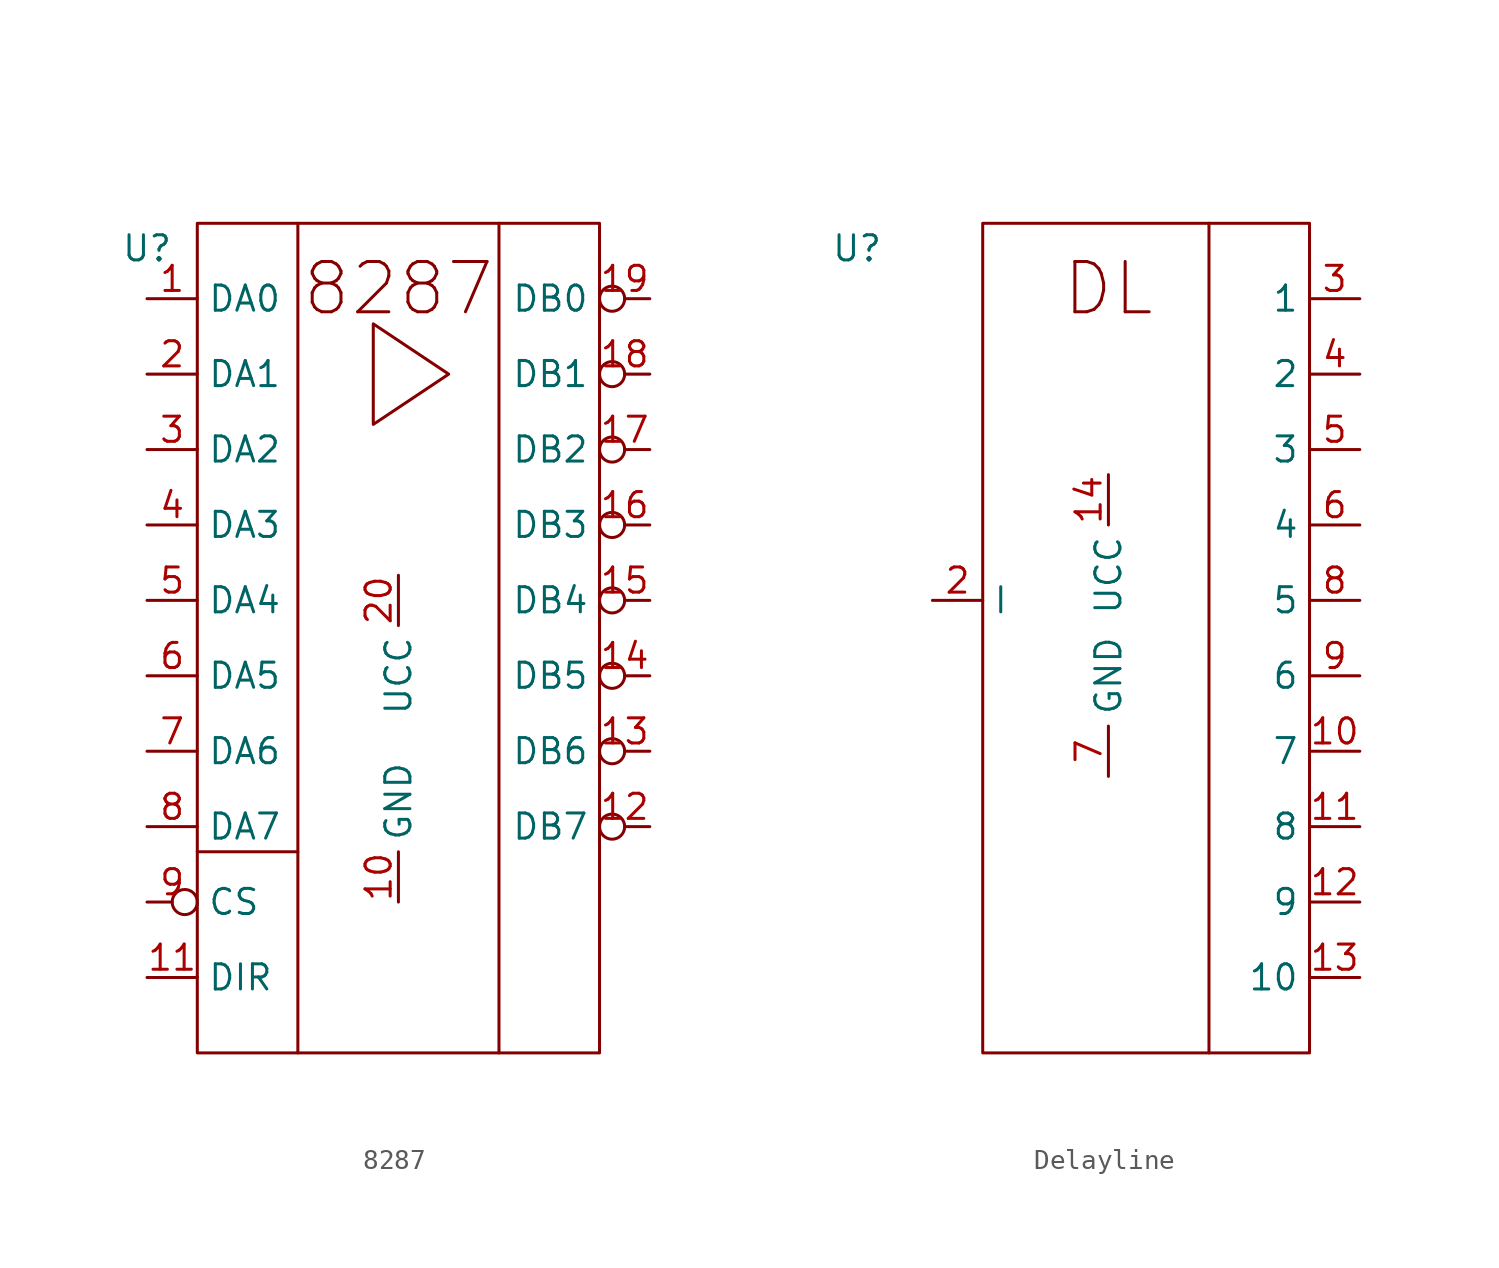
<source format=kicad_sym>
(kicad_symbol_lib
  (version 20231120)
  (generator "kicad_symbol_editor")
  (generator_version "8.0")
  (symbol "8287"
    (property "Reference" "U"
      (at 0 2.54 0)
      (effects (font (size 1.27 1.27))))
    (property "Value" ""
      (at 2.54 6.35 0)
      (effects (font (size 1.27 1.27))))
    (symbol "8287_0_1"
      (polyline (pts (xy 2.54 -27.94) (xy 7.62 -27.94)) (stroke (width 0) (type default)) (fill (type none)))
      (polyline (pts (xy 7.62 3.81) (xy 7.62 -38.1)) (stroke (width 0) (type default)) (fill (type none)))
      (polyline (pts (xy 17.78 3.81) (xy 17.78 -38.1)) (stroke (width 0) (type default)) (fill (type none)))
      (polyline (pts (xy 11.43 -1.27) (xy 15.24 -3.81) (xy 11.43 -6.35) (xy 11.43 -1.27)) (stroke (width 0) (type default)) (fill (type none)))
      (rectangle (start 2.54 3.81) (end 22.86 -38.1) (stroke (width 0) (type default)) (fill (type none))))
    (symbol "8287_1_1"
      (text "8287" (at 12.7 0.508 0) (effects (font (size 2.54 2.54))))
      (pin bidirectional line (at 0 0 0) (length 2.54) (name "DA0" (effects (font (size 1.27 1.27)))) (number "1" (effects (font (size 1.27 1.27)))))
      (pin power_in line (at 12.7 -30.48 90) (length 2.54) (name "GND" (effects (font (size 1.27 1.27)))) (number "10" (effects (font (size 1.27 1.27)))))
      (pin input line (at 0 -34.29 0) (length 2.54) (name "DIR" (effects (font (size 1.27 1.27)))) (number "11" (effects (font (size 1.27 1.27)))))
      (pin bidirectional inverted (at 25.4 -26.67 180) (length 2.54) (name "DB7" (effects (font (size 1.27 1.27)))) (number "12" (effects (font (size 1.27 1.27)))))
      (pin bidirectional inverted (at 25.4 -22.86 180) (length 2.54) (name "DB6" (effects (font (size 1.27 1.27)))) (number "13" (effects (font (size 1.27 1.27)))))
      (pin bidirectional inverted (at 25.4 -19.05 180) (length 2.54) (name "DB5" (effects (font (size 1.27 1.27)))) (number "14" (effects (font (size 1.27 1.27)))))
      (pin bidirectional inverted (at 25.4 -15.24 180) (length 2.54) (name "DB4" (effects (font (size 1.27 1.27)))) (number "15" (effects (font (size 1.27 1.27)))))
      (pin bidirectional inverted (at 25.4 -11.43 180) (length 2.54) (name "DB3" (effects (font (size 1.27 1.27)))) (number "16" (effects (font (size 1.27 1.27)))))
      (pin bidirectional inverted (at 25.4 -7.62 180) (length 2.54) (name "DB2" (effects (font (size 1.27 1.27)))) (number "17" (effects (font (size 1.27 1.27)))))
      (pin bidirectional inverted (at 25.4 -3.81 180) (length 2.54) (name "DB1" (effects (font (size 1.27 1.27)))) (number "18" (effects (font (size 1.27 1.27)))))
      (pin bidirectional inverted (at 25.4 0 180) (length 2.54) (name "DB0" (effects (font (size 1.27 1.27)))) (number "19" (effects (font (size 1.27 1.27)))))
      (pin bidirectional line (at 0 -3.81 0) (length 2.54) (name "DA1" (effects (font (size 1.27 1.27)))) (number "2" (effects (font (size 1.27 1.27)))))
      (pin power_in line (at 12.7 -13.97 270) (length 2.54) (name "UCC" (effects (font (size 1.27 1.27)))) (number "20" (effects (font (size 1.27 1.27)))))
      (pin bidirectional line (at 0 -7.62 0) (length 2.54) (name "DA2" (effects (font (size 1.27 1.27)))) (number "3" (effects (font (size 1.27 1.27)))))
      (pin bidirectional line (at 0 -11.43 0) (length 2.54) (name "DA3" (effects (font (size 1.27 1.27)))) (number "4" (effects (font (size 1.27 1.27)))))
      (pin bidirectional line (at 0 -15.24 0) (length 2.54) (name "DA4" (effects (font (size 1.27 1.27)))) (number "5" (effects (font (size 1.27 1.27)))))
      (pin bidirectional line (at 0 -19.05 0) (length 2.54) (name "DA5" (effects (font (size 1.27 1.27)))) (number "6" (effects (font (size 1.27 1.27)))))
      (pin bidirectional line (at 0 -22.86 0) (length 2.54) (name "DA6" (effects (font (size 1.27 1.27)))) (number "7" (effects (font (size 1.27 1.27)))))
      (pin bidirectional line (at 0 -26.67 0) (length 2.54) (name "DA7" (effects (font (size 1.27 1.27)))) (number "8" (effects (font (size 1.27 1.27)))))
      (pin input inverted (at 0 -30.48 0) (length 2.54) (name "CS" (effects (font (size 1.27 1.27)))) (number "9" (effects (font (size 1.27 1.27)))))))
  (symbol "Delayline"
    (property "Reference" "U"
      (at 0 2.54 0)
      (effects (font (size 1.27 1.27))))
    (property "Value" ""
      (at 2.54 6.35 0)
      (effects (font (size 1.27 1.27))))
    (symbol "Delayline_0_1"
      (polyline (pts (xy 17.78 3.81) (xy 17.78 -38.1)) (stroke (width 0) (type default)) (fill (type none)))
      (rectangle (start 6.35 3.81) (end 22.86 -38.1) (stroke (width 0) (type default)) (fill (type none))))
    (symbol "Delayline_1_1"
      (text "DL\n" (at 12.7 0.508 0) (effects (font (size 2.54 2.54))))
      (pin no_connect line (at 3.81 -19.05 0) (length 2.54) hide (name "I" (effects (font (size 1.27 1.27)))) (number "1" (effects (font (size 1.27 1.27)))))
      (pin output line (at 25.4 -22.86 180) (length 2.54) (name "7" (effects (font (size 1.27 1.27)))) (number "10" (effects (font (size 1.27 1.27)))))
      (pin output line (at 25.4 -26.67 180) (length 2.54) (name "8" (effects (font (size 1.27 1.27)))) (number "11" (effects (font (size 1.27 1.27)))))
      (pin output line (at 25.4 -30.48 180) (length 2.54) (name "9" (effects (font (size 1.27 1.27)))) (number "12" (effects (font (size 1.27 1.27)))))
      (pin output line (at 25.4 -34.29 180) (length 2.54) (name "10" (effects (font (size 1.27 1.27)))) (number "13" (effects (font (size 1.27 1.27)))))
      (pin power_in line (at 12.7 -8.89 270) (length 2.54) (name "UCC" (effects (font (size 1.27 1.27)))) (number "14" (effects (font (size 1.27 1.27)))))
      (pin input line (at 3.81 -15.24 0) (length 2.54) (name "I" (effects (font (size 1.27 1.27)))) (number "2" (effects (font (size 1.27 1.27)))))
      (pin output line (at 25.4 0 180) (length 2.54) (name "1" (effects (font (size 1.27 1.27)))) (number "3" (effects (font (size 1.27 1.27)))))
      (pin output line (at 25.4 -3.81 180) (length 2.54) (name "2" (effects (font (size 1.27 1.27)))) (number "4" (effects (font (size 1.27 1.27)))))
      (pin output line (at 25.4 -7.62 180) (length 2.54) (name "3" (effects (font (size 1.27 1.27)))) (number "5" (effects (font (size 1.27 1.27)))))
      (pin output line (at 25.4 -11.43 180) (length 2.54) (name "4" (effects (font (size 1.27 1.27)))) (number "6" (effects (font (size 1.27 1.27)))))
      (pin power_in line (at 12.7 -24.13 90) (length 2.54) (name "GND" (effects (font (size 1.27 1.27)))) (number "7" (effects (font (size 1.27 1.27)))))
      (pin output line (at 25.4 -15.24 180) (length 2.54) (name "5" (effects (font (size 1.27 1.27)))) (number "8" (effects (font (size 1.27 1.27)))))
      (pin output line (at 25.4 -19.05 180) (length 2.54) (name "6" (effects (font (size 1.27 1.27)))) (number "9" (effects (font (size 1.27 1.27))))))))
</source>
